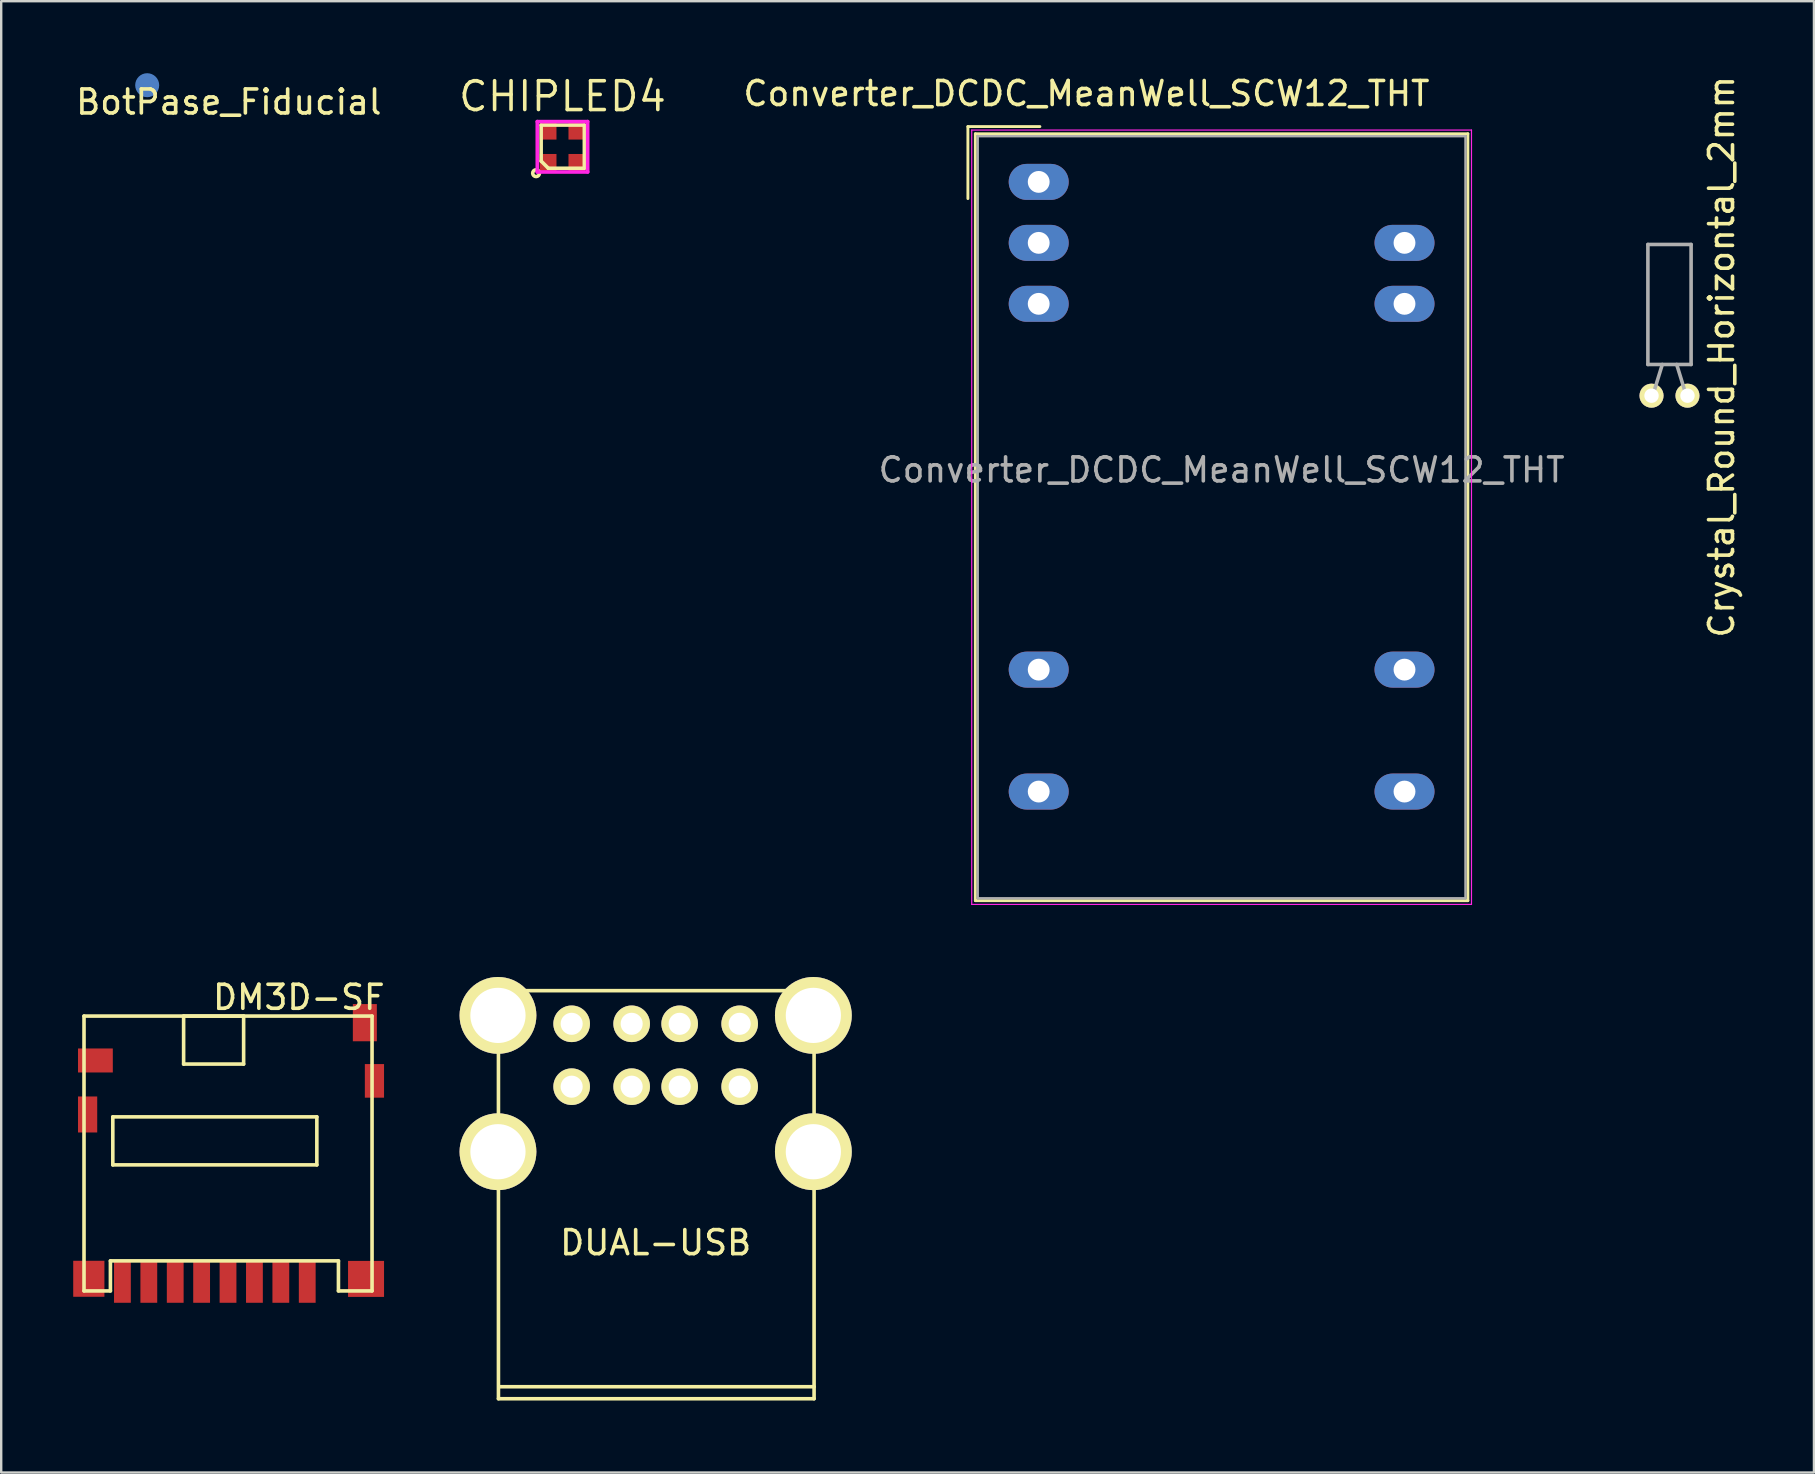
<source format=kicad_pcb>
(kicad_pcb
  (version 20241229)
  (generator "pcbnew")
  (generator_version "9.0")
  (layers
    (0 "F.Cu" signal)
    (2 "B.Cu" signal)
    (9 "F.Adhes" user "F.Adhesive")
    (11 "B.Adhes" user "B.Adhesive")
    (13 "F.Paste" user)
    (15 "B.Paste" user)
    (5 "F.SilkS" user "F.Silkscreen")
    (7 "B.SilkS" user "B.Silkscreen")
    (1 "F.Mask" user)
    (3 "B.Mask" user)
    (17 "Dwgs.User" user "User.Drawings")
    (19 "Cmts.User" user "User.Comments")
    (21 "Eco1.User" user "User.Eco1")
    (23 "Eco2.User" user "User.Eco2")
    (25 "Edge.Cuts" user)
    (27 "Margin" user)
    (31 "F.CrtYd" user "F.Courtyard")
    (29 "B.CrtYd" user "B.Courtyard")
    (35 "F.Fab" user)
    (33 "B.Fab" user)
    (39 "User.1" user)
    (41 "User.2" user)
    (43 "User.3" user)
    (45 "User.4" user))
  (footprint "CHIPLED4"
    (layer "F.Cu")
    (at 20.384 3.065)
    (property "Reference" "CHIPLED4" (at 0 -2.1 0) (layer "F.SilkS") (effects (font (size 1.2 1.2) (thickness 0.15))))
    (attr through_hole)
    (fp_line (start -0.889 -0.904) (end -0.889 0.596) (stroke (width 0.15) (type solid)) (layer "F.SilkS"))
    (fp_line (start -0.889 0.596) (end -0.589 0.896) (stroke (width 0.15) (type solid)) (layer "F.SilkS"))
    (fp_line (start -0.589 0.896) (end 0.911 0.896) (stroke (width 0.15) (type solid)) (layer "F.SilkS"))
    (fp_line (start 0.911 -0.904) (end -0.889 -0.904) (stroke (width 0.15) (type solid)) (layer "F.SilkS"))
    (fp_line (start 0.911 0.896) (end 0.911 -0.904) (stroke (width 0.15) (type solid)) (layer "F.SilkS"))
    (fp_circle (center -1.1 1.1) (end -1.2 1.2) (stroke (width 0.15) (type solid)) (fill no) (layer "F.SilkS"))
    (fp_line (start -1.05 -1.05) (end 1.05 -1.05) (stroke (width 0.15) (type solid)) (layer "F.CrtYd"))
    (fp_line (start -1.05 1.05) (end -1.05 -1.05) (stroke (width 0.15) (type solid)) (layer "F.CrtYd"))
    (fp_line (start 1.05 -1.05) (end 1.05 1.05) (stroke (width 0.15) (type solid)) (layer "F.CrtYd"))
    (fp_line (start 1.05 1.05) (end -1.05 1.05) (stroke (width 0.15) (type solid)) (layer "F.CrtYd"))
    (pad "1" smd rect (at -0.6 0.675) (size 0.7 0.75) (layers "F.Cu" "F.Mask" "F.Paste"))
    (pad "2" smd rect (at 0.6 0.675) (size 0.7 0.75) (layers "F.Cu" "F.Mask" "F.Paste"))
    (pad "3" smd rect (at 0.6 -0.675) (size 0.7 0.75) (layers "F.Cu" "F.Mask" "F.Paste"))
    (pad "4" smd rect (at -0.6 -0.675) (size 0.7 0.75) (layers "F.Cu" "F.Mask" "F.Paste")))
  (footprint "Converter_DCDC_MeanWell_SCW12_THT"
    (layer "F.Cu")
    (at 40.224 7.068)
    (property "Reference" "Converter_DCDC_MeanWell_SCW12_THT" (at 1.99 -6.22 0) (layer "F.SilkS") (effects (font (size 1 1) (thickness 0.15))))
    (attr through_hole)
    (fp_line (start -2.95 -4.845) (end -2.95 -1.845) (stroke (width 0.12) (type solid)) (layer "F.SilkS"))
    (fp_line (start -2.95 -4.845) (end 0.05 -4.845) (stroke (width 0.12) (type solid)) (layer "F.SilkS"))
    (fp_line (start -2.64 -4.545) (end -2.64 27.405) (stroke (width 0.12) (type solid)) (layer "F.SilkS"))
    (fp_line (start -2.64 -4.545) (end 17.88 -4.545) (stroke (width 0.12) (type solid)) (layer "F.SilkS"))
    (fp_line (start -2.64 27.405) (end 17.88 27.405) (stroke (width 0.12) (type solid)) (layer "F.SilkS"))
    (fp_line (start 17.88 -4.545) (end 17.88 27.405) (stroke (width 0.12) (type solid)) (layer "F.SilkS"))
    (fp_line (start -2.79 -4.7) (end -2.79 27.56) (stroke (width 0.05) (type solid)) (layer "F.CrtYd"))
    (fp_line (start -2.79 -4.7) (end 18.03 -4.7) (stroke (width 0.05) (type solid)) (layer "F.CrtYd"))
    (fp_line (start -2.79 27.56) (end 18.03 27.56) (stroke (width 0.05) (type solid)) (layer "F.CrtYd"))
    (fp_line (start 18.03 -4.7) (end 18.03 27.56) (stroke (width 0.05) (type solid)) (layer "F.CrtYd"))
    (fp_line (start -2.54 -4.445) (end 17.78 -4.445) (stroke (width 0.1) (type solid)) (layer "F.Fab"))
    (fp_line (start -2.54 27.305) (end -2.54 -4.455) (stroke (width 0.1) (type solid)) (layer "F.Fab"))
    (fp_line (start 17.78 -4.445) (end 17.78 27.305) (stroke (width 0.1) (type solid)) (layer "F.Fab"))
    (fp_line (start 17.78 27.305) (end -2.5 27.305) (stroke (width 0.1) (type solid)) (layer "F.Fab"))
    (fp_text user "${REFERENCE}" (at 7.62 9.46 0) (layer "F.Fab") (effects (font (size 1 1) (thickness 0.15))))
    (pad "1" thru_hole oval (at 0 -2.54) (size 2.5 1.5) (drill 0.91) (layers "*.Cu" "*.Mask"))
    (pad "2" thru_hole oval (at 0 0) (size 2.5 1.5) (drill 0.91) (layers "*.Cu" "*.Mask"))
    (pad "3" thru_hole oval (at 0 2.54) (size 2.5 1.5) (drill 0.91) (layers "*.Cu" "*.Mask"))
    (pad "9" thru_hole oval (at 0 17.78) (size 2.5 1.5) (drill 0.91) (layers "*.Cu" "*.Mask"))
    (pad "11" thru_hole oval (at 0 22.86) (size 2.5 1.5) (drill 0.91) (layers "*.Cu" "*.Mask"))
    (pad "14" thru_hole oval (at 15.24 22.86) (size 2.5 1.5) (drill 0.91) (layers "*.Cu" "*.Mask"))
    (pad "16" thru_hole oval (at 15.24 17.78) (size 2.5 1.5) (drill 0.91) (layers "*.Cu" "*.Mask"))
    (pad "22" thru_hole oval (at 15.24 2.54) (size 2.5 1.5) (drill 0.91) (layers "*.Cu" "*.Mask"))
    (pad "23" thru_hole oval (at 15.24 0) (size 2.5 1.5) (drill 0.91) (layers "*.Cu" "*.Mask")))
  (footprint "DUAL-USB"
    (layer "F.Cu")
    (at 24.266 42.223)
    (property "Reference" "DUAL-USB" (at 0 6.5 0) (layer "F.SilkS") (effects (font (size 1 1) (thickness 0.15))))
    (attr through_hole)
    (fp_line (start -6.55 -4) (end -6.55 13) (stroke (width 0.15) (type solid)) (layer "F.SilkS"))
    (fp_line (start -6.55 13) (end 6.6 13) (stroke (width 0.15) (type solid)) (layer "F.SilkS"))
    (fp_line (start -6.5 12.5) (end 6.6 12.5) (stroke (width 0.15) (type solid)) (layer "F.SilkS"))
    (fp_line (start 6.55 -4) (end -6.55 -4) (stroke (width 0.15) (type solid)) (layer "F.SilkS"))
    (fp_line (start 6.6 13) (end 6.6 -4) (stroke (width 0.15) (type solid)) (layer "F.SilkS"))
    (pad "1" thru_hole circle (at -3.5 0) (size 1.524 1.524) (drill 0.92) (layers "*.Cu" "*.Mask" "F.SilkS"))
    (pad "2" thru_hole circle (at -1 0) (size 1.524 1.524) (drill 0.92) (layers "*.Cu" "*.Mask" "F.SilkS"))
    (pad "3" thru_hole circle (at 1 0) (size 1.524 1.524) (drill 0.92) (layers "*.Cu" "*.Mask" "F.SilkS"))
    (pad "4" thru_hole circle (at 3.5 0) (size 1.524 1.524) (drill 0.92) (layers "*.Cu" "*.Mask" "F.SilkS"))
    (pad "5" thru_hole circle (at -3.5 -2.62) (size 1.524 1.524) (drill 0.92) (layers "*.Cu" "*.Mask" "F.SilkS"))
    (pad "6" thru_hole circle (at -1 -2.62) (size 1.524 1.524) (drill 0.92) (layers "*.Cu" "*.Mask" "F.SilkS"))
    (pad "7" thru_hole circle (at 1 -2.62) (size 1.524 1.524) (drill 0.92) (layers "*.Cu" "*.Mask" "F.SilkS"))
    (pad "8" thru_hole circle (at 3.5 -2.62) (size 1.524 1.524) (drill 0.92) (layers "*.Cu" "*.Mask" "F.SilkS"))
    (pad "SH1" thru_hole circle (at -6.57 2.71) (size 3.2 3.2) (drill 2.3) (layers "*.Cu" "*.Mask" "F.SilkS"))
    (pad "SH2" thru_hole circle (at 6.57 2.71) (size 3.2 3.2) (drill 2.3) (layers "*.Cu" "*.Mask" "F.SilkS"))
    (pad "SH3" thru_hole circle (at 6.57 -2.97) (size 3.2 3.2) (drill 2.3) (layers "*.Cu" "*.Mask" "F.SilkS"))
    (pad "SH4" thru_hole circle (at -6.57 -2.97) (size 3.2 3.2) (drill 2.3) (layers "*.Cu" "*.Mask" "F.SilkS")))
  (footprint "BotPase_Fiducial"
    (layer "F.Cu")
    (at 3.082 0.5)
    (property "Reference" "BotPase_Fiducial" (at 3.4 0.7 0) (layer "F.SilkS") (effects (font (size 1 1) (thickness 0.15))))
    (attr exclude_from_pos_files exclude_from_bom)
    (pad "~" smd circle (at 0 0) (size 1 1) (layers "B.Cu" "B.Mask" "B.Paste")))
  (footprint "Crystal_Round_Horizontal_2mm"
    (layer "F.Cu")
    (at 66.504 13.435)
    (property "Reference" "Crystal_Round_Horizontal_2mm" (at 2.17 -1.62 90) (layer "F.SilkS") (effects (font (size 1 1) (thickness 0.15))))
    (attr through_hole)
    (fp_line (start -0.9 -6.3) (end 0.9 -6.3) (stroke (width 0.15) (type solid)) (layer "F.Fab"))
    (fp_line (start -0.9 -1.3) (end -0.9 -6.3) (stroke (width 0.15) (type solid)) (layer "F.Fab"))
    (fp_line (start -0.3 -1.3) (end -0.7 0) (stroke (width 0.15) (type solid)) (layer "F.Fab"))
    (fp_line (start 0.3 -1.3) (end 0.7 0) (stroke (width 0.15) (type solid)) (layer "F.Fab"))
    (fp_line (start 0.9 -6.3) (end 0.9 -1.3) (stroke (width 0.15) (type solid)) (layer "F.Fab"))
    (fp_line (start 0.9 -1.3) (end -0.9 -1.3) (stroke (width 0.15) (type solid)) (layer "F.Fab"))
    (pad "1" thru_hole circle (at -0.749 0) (size 1.001 1.001) (drill 0.599) (layers "*.Cu" "*.Mask" "F.SilkS"))
    (pad "2" thru_hole circle (at 0.749 0) (size 1.001 1.001) (drill 0.599) (layers "*.Cu" "*.Mask" "F.SilkS")))
  (footprint "DM3D-SF"
    (layer "F.Cu")
    (at 6.45 45.081)
    (property "Reference" "DM3D-SF" (at 2.95 -6.58 180) (layer "F.SilkS") (effects (font (size 1 1) (thickness 0.15))))
    (attr through_hole)
    (fp_line (start -6 -5.8) (end 6 -5.8) (stroke (width 0.15) (type solid)) (layer "F.SilkS"))
    (fp_line (start -6 5.65) (end -6 -5.8) (stroke (width 0.15) (type solid)) (layer "F.SilkS"))
    (fp_line (start -4.9 4.4) (end -4.9 5.65) (stroke (width 0.15) (type solid)) (layer "F.SilkS"))
    (fp_line (start -4.9 4.4) (end 4.6 4.4) (stroke (width 0.15) (type solid)) (layer "F.SilkS"))
    (fp_line (start -4.9 5.65) (end -6 5.65) (stroke (width 0.15) (type solid)) (layer "F.SilkS"))
    (fp_line (start -4.8 -1.6) (end 3.7 -1.6) (stroke (width 0.15) (type solid)) (layer "F.SilkS"))
    (fp_line (start -4.8 0.4) (end -4.8 -1.6) (stroke (width 0.15) (type solid)) (layer "F.SilkS"))
    (fp_line (start -4.8 0.4) (end 3.7 0.4) (stroke (width 0.15) (type solid)) (layer "F.SilkS"))
    (fp_line (start -1.85 -5.8) (end 0.65 -5.8) (stroke (width 0.15) (type solid)) (layer "F.SilkS"))
    (fp_line (start -1.85 -3.8) (end -1.85 -5.8) (stroke (width 0.15) (type solid)) (layer "F.SilkS"))
    (fp_line (start -1.85 -3.8) (end 0.65 -3.8) (stroke (width 0.15) (type solid)) (layer "F.SilkS"))
    (fp_line (start 0.65 -3.8) (end 0.65 -5.8) (stroke (width 0.15) (type solid)) (layer "F.SilkS"))
    (fp_line (start 3.7 0.4) (end 3.7 -1.6) (stroke (width 0.15) (type solid)) (layer "F.SilkS"))
    (fp_line (start 4.6 4.4) (end 4.6 5.65) (stroke (width 0.15) (type solid)) (layer "F.SilkS"))
    (fp_line (start 4.6 5.65) (end 6 5.65) (stroke (width 0.15) (type solid)) (layer "F.SilkS"))
    (fp_line (start 6 5.65) (end 6 -5.8) (stroke (width 0.15) (type solid)) (layer "F.SilkS"))
    (pad "1" smd rect (at 3.3 5.27) (size 0.7 1.75) (layers "F.Cu" "F.Mask" "F.Paste"))
    (pad "2" smd rect (at 2.2 5.27) (size 0.7 1.75) (layers "F.Cu" "F.Mask" "F.Paste"))
    (pad "3" smd rect (at 1.1 5.27) (size 0.7 1.75) (layers "F.Cu" "F.Mask" "F.Paste"))
    (pad "4" smd rect (at 0 5.27) (size 0.7 1.75) (layers "F.Cu" "F.Mask" "F.Paste"))
    (pad "5" smd rect (at -1.1 5.27) (size 0.7 1.75) (layers "F.Cu" "F.Mask" "F.Paste"))
    (pad "6" smd rect (at -2.2 5.27) (size 0.7 1.75) (layers "F.Cu" "F.Mask" "F.Paste"))
    (pad "7" smd rect (at -3.3 5.27) (size 0.7 1.75) (layers "F.Cu" "F.Mask" "F.Paste"))
    (pad "8" smd rect (at -4.4 5.27) (size 0.7 1.75) (layers "F.Cu" "F.Mask" "F.Paste"))
    (pad "A" smd rect (at 5.7 -5.525) (size 1 1.55) (layers "F.Cu" "F.Mask" "F.Paste"))
    (pad "B" smd rect (at -5.525 -3.95) (size 1.45 1) (layers "F.Cu" "F.Mask" "F.Paste"))
    (pad "SH1" smd rect (at 6.1 -3.1) (size 0.8 1.4) (layers "F.Cu" "F.Mask" "F.Paste"))
    (pad "SH2" smd rect (at -5.85 -1.7) (size 0.8 1.5) (layers "F.Cu" "F.Mask" "F.Paste"))
    (pad "SH3" smd rect (at -5.8 5.145) (size 1.3 1.5) (layers "F.Cu" "F.Mask" "F.Paste"))
    (pad "SH4" smd rect (at 5.75 5.15) (size 1.5 1.5) (layers "F.Cu" "F.Mask" "F.Paste")))
  (gr_rect
    (start -3 -3)
    (end 72.522 58.298)
    (stroke (width 0.1) (type default))
    (fill no)
    (layer "Edge.Cuts")))
</source>
